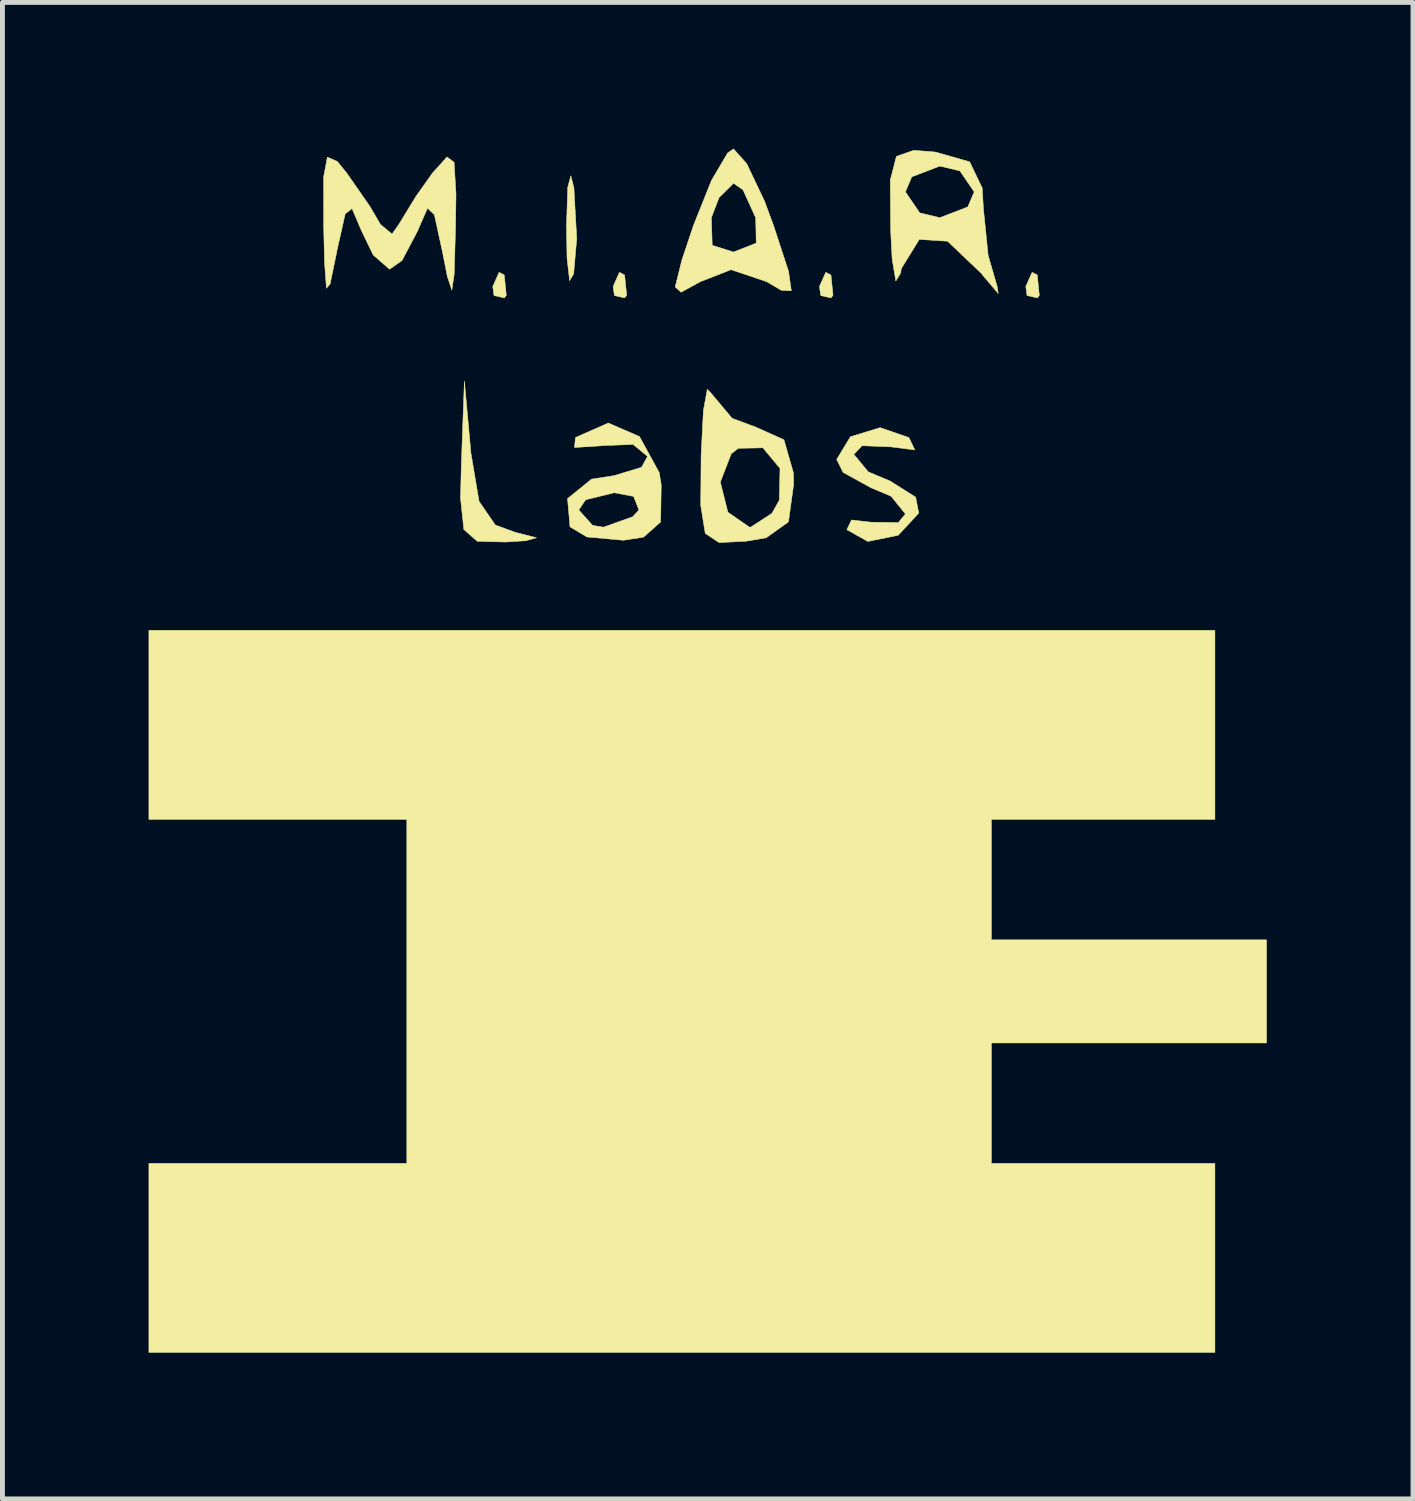
<source format=kicad_pcb>
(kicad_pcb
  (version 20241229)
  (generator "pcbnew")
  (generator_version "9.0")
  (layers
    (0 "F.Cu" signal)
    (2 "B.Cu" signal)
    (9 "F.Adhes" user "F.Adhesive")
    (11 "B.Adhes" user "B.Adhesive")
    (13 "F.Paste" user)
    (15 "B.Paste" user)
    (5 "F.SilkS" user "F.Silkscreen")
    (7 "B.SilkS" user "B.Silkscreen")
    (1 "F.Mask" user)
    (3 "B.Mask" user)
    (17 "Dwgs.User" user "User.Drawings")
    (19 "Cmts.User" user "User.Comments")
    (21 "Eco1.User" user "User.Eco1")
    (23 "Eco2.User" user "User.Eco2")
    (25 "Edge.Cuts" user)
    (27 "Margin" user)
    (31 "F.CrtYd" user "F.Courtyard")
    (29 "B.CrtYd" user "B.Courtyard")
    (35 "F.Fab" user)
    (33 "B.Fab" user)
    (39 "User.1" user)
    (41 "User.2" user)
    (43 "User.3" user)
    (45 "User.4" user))
  (footprint "miar_logo"
    (layer "F.Cu")
    (at 11.294 12.352)
    (property "Reference" "miar_logo" (at 0 0 0) (layer "F.SilkS") (effects (font (size 1.524 1.524) (thickness 0.3))))
    (attr through_hole)
    (fp_poly (pts (xy -3.998 -9.76) (xy -3.956 -9.342) (xy -3.998 -9.29) (xy -4.208 -9.338) (xy -4.233 -9.525) (xy -4.104 -9.815) (xy -3.998 -9.76)) (stroke (width 0.01) (type solid)) (fill yes) (layer "F.SilkS"))
    (fp_poly (pts (xy -1.529 -9.76) (xy -1.486 -9.342) (xy -1.529 -9.29) (xy -1.738 -9.338) (xy -1.764 -9.525) (xy -1.635 -9.815) (xy -1.529 -9.76)) (stroke (width 0.01) (type solid)) (fill yes) (layer "F.SilkS"))
    (fp_poly (pts (xy 2.705 -9.76) (xy 2.747 -9.342) (xy 2.705 -9.29) (xy 2.495 -9.338) (xy 2.469 -9.525) (xy 2.599 -9.815) (xy 2.705 -9.76)) (stroke (width 0.01) (type solid)) (fill yes) (layer "F.SilkS"))
    (fp_poly (pts (xy 6.938 -9.76) (xy 6.98 -9.342) (xy 6.938 -9.29) (xy 6.728 -9.338) (xy 6.703 -9.525) (xy 6.832 -9.815) (xy 6.938 -9.76)) (stroke (width 0.01) (type solid)) (fill yes) (layer "F.SilkS"))
    (fp_poly (pts (xy -2.569 -11.549) (xy -2.511 -10.505) (xy -2.574 -9.785) (xy -2.657 -9.643) (xy -2.71 -10.105) (xy -2.721 -10.76) (xy -2.695 -11.56) (xy -2.632 -11.794) (xy -2.569 -11.549)) (stroke (width 0.01) (type solid)) (fill yes) (layer "F.SilkS"))
    (fp_poly (pts (xy -4.682 -6.107) (xy -4.515 -5.116) (xy -4.18 -4.629) (xy -3.773 -4.48) (xy -3.337 -4.369) (xy -3.553 -4.308) (xy -3.969 -4.281) (xy -4.552 -4.296) (xy -4.827 -4.538) (xy -4.896 -5.186) (xy -4.877 -5.909) (xy -4.816 -7.585) (xy -4.682 -6.107)) (stroke (width 0.01) (type solid)) (fill yes) (layer "F.SilkS"))
    (fp_poly (pts (xy 10.583 1.411) (xy 5.997 1.411) (xy 5.997 3.881) (xy 11.642 3.881) (xy 11.642 5.997) (xy 5.997 5.997) (xy 5.997 8.467) (xy 10.583 8.467) (xy 10.583 12.347) (xy -11.289 12.347) (xy -11.289 8.467) (xy -5.997 8.467) (xy -5.997 1.411) (xy -11.289 1.411) (xy -11.289 -2.469) (xy 10.583 -2.469) (xy 10.583 1.411)) (stroke (width 0.01) (type solid)) (fill yes) (layer "F.SilkS"))
    (fp_poly (pts (xy 4.297 -6.427) (xy 4.308 -6.417) (xy 4.425 -6.171) (xy 3.937 -6.233) (xy 3.931 -6.234) (xy 3.343 -6.257) (xy 3.175 -6.08) (xy 3.47 -5.721) (xy 3.918 -5.533) (xy 4.443 -5.202) (xy 4.506 -4.874) (xy 4.084 -4.419) (xy 3.461 -4.293) (xy 3.031 -4.534) (xy 3.127 -4.733) (xy 3.527 -4.688) (xy 4.089 -4.681) (xy 4.233 -4.857) (xy 3.939 -5.22) (xy 3.528 -5.394) (xy 2.955 -5.709) (xy 2.822 -5.975) (xy 3.105 -6.442) (xy 3.715 -6.628) (xy 4.297 -6.427)) (stroke (width 0.01) (type solid)) (fill yes) (layer "F.SilkS"))
    (fp_poly (pts (xy 0.977 -12.044) (xy 1.342 -11.275) (xy 1.528 -10.773) (xy 1.835 -9.835) (xy 1.892 -9.436) (xy 1.684 -9.447) (xy 1.385 -9.623) (xy 0.655 -9.869) (xy 0.026 -9.623) (xy -0.37 -9.406) (xy -0.491 -9.514) (xy -0.351 -10.075) (xy -0.117 -10.773) (xy -0.052 -10.936) (xy 0.251 -10.936) (xy 0.269 -10.369) (xy 0.706 -10.231) (xy 1.172 -10.414) (xy 1.161 -10.936) (xy 0.899 -11.508) (xy 0.706 -11.642) (xy 0.41 -11.349) (xy 0.251 -10.936) (xy -0.052 -10.936) (xy 0.253 -11.699) (xy 0.586 -12.265) (xy 0.706 -12.347) (xy 0.977 -12.044)) (stroke (width 0.01) (type solid)) (fill yes) (layer "F.SilkS"))
    (fp_poly (pts (xy 0.239 -7.342) (xy 0.677 -6.82) (xy 1.168 -6.636) (xy 1.74 -6.38) (xy 1.935 -5.702) (xy 1.94 -5.468) (xy 1.833 -4.694) (xy 1.376 -4.368) (xy 0.97 -4.298) (xy 0.41 -4.269) (xy 0.126 -4.458) (xy 0.033 -5.032) (xy 0.037 -5.511) (xy 0.435 -5.511) (xy 0.59 -4.893) (xy 1.031 -4.587) (xy 1.058 -4.586) (xy 1.494 -4.869) (xy 1.645 -5.139) (xy 1.66 -5.791) (xy 1.309 -6.214) (xy 0.804 -6.204) (xy 0.659 -6.091) (xy 0.435 -5.511) (xy 0.037 -5.511) (xy 0.041 -6.062) (xy 0.088 -6.979) (xy 0.168 -7.415) (xy 0.239 -7.342)) (stroke (width 0.01) (type solid)) (fill yes) (layer "F.SilkS"))
    (fp_poly (pts (xy -1.224 -6.446) (xy -0.819 -5.708) (xy -0.777 -5.455) (xy -0.79 -4.692) (xy -1.141 -4.381) (xy -1.554 -4.317) (xy -2.303 -4.385) (xy -2.649 -4.592) (xy -2.679 -4.939) (xy -2.469 -4.939) (xy -2.185 -4.622) (xy -1.961 -4.586) (xy -1.36 -4.801) (xy -1.235 -4.939) (xy -1.343 -5.217) (xy -1.743 -5.292) (xy -2.328 -5.148) (xy -2.469 -4.939) (xy -2.679 -4.939) (xy -2.7 -5.172) (xy -2.208 -5.571) (xy -1.743 -5.644) (xy -1.182 -5.814) (xy -1.058 -6.038) (xy -1.355 -6.284) (xy -1.967 -6.259) (xy -2.559 -6.22) (xy -2.534 -6.427) (xy -1.863 -6.723) (xy -1.224 -6.446)) (stroke (width 0.01) (type solid)) (fill yes) (layer "F.SilkS"))
    (fp_poly (pts (xy 4.851 -12.282) (xy 5.551 -12.082) (xy 5.808 -11.546) (xy 5.834 -11.112) (xy 5.93 -10.164) (xy 6.115 -9.525) (xy 6.137 -9.38) (xy 5.826 -9.747) (xy 5.794 -9.79) (xy 5.097 -10.453) (xy 4.517 -10.489) (xy 4.153 -9.898) (xy 4.13 -9.79) (xy 4.036 -9.637) (xy 3.96 -10.091) (xy 3.929 -10.695) (xy 3.924 -11.465) (xy 4.233 -11.465) (xy 4.527 -11.034) (xy 4.939 -10.936) (xy 5.513 -11.157) (xy 5.644 -11.465) (xy 5.35 -11.896) (xy 4.939 -11.994) (xy 4.364 -11.774) (xy 4.233 -11.465) (xy 3.924 -11.465) (xy 3.923 -11.711) (xy 4.048 -12.194) (xy 4.405 -12.318) (xy 4.851 -12.282)) (stroke (width 0.01) (type solid)) (fill yes) (layer "F.SilkS"))
    (fp_poly (pts (xy -5.027 -12.072) (xy -4.988 -11.421) (xy -4.997 -10.76) (xy -5.025 -9.776) (xy -5.073 -9.449) (xy -5.166 -9.73) (xy -5.265 -10.231) (xy -5.432 -10.996) (xy -5.572 -11.131) (xy -5.76 -10.704) (xy -5.771 -10.672) (xy -6.095 -10.058) (xy -6.35 -9.878) (xy -6.686 -10.169) (xy -6.929 -10.672) (xy -7.121 -11.123) (xy -7.261 -11.016) (xy -7.426 -10.281) (xy -7.435 -10.231) (xy -7.572 -9.572) (xy -7.647 -9.488) (xy -7.686 -10.028) (xy -7.703 -10.76) (xy -7.705 -11.769) (xy -7.627 -12.178) (xy -7.425 -12.091) (xy -7.233 -11.856) (xy -6.753 -11.165) (xy -6.539 -10.798) (xy -6.3 -10.6) (xy -6.161 -10.798) (xy -5.806 -11.379) (xy -5.467 -11.856) (xy -5.172 -12.182) (xy -5.027 -12.072)) (stroke (width 0.01) (type solid)) (fill yes) (layer "F.SilkS")))
  (gr_rect
    (start -3 -3)
    (end 25.941 27.704)
    (stroke (width 0.1) (type default))
    (fill no)
    (layer "Edge.Cuts")))
</source>
